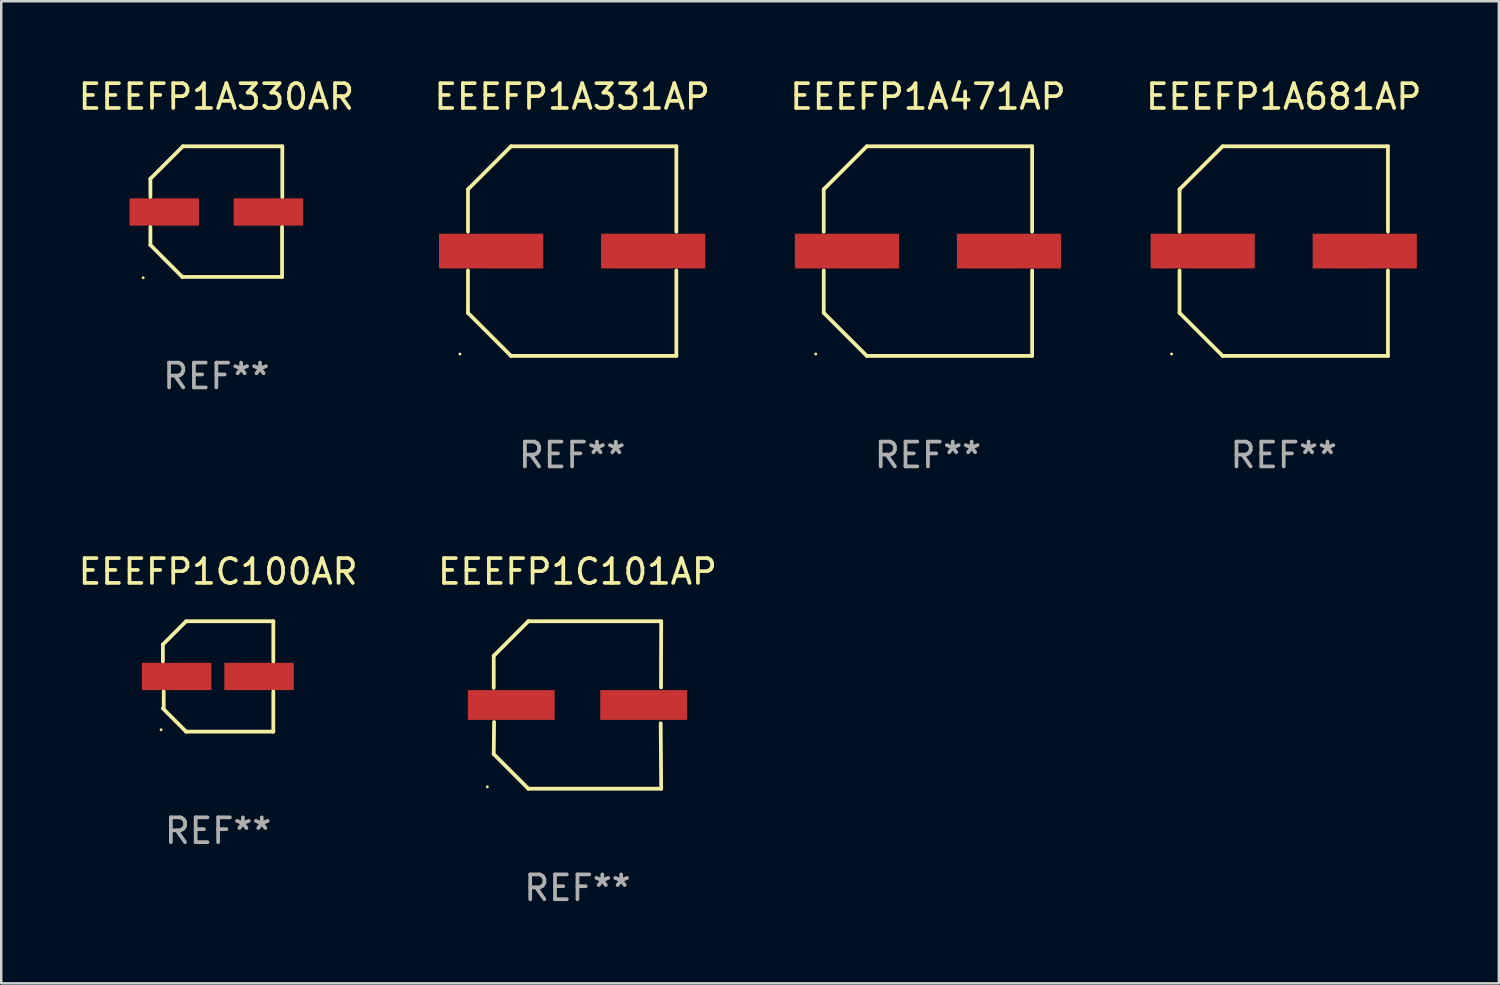
<source format=kicad_pcb>
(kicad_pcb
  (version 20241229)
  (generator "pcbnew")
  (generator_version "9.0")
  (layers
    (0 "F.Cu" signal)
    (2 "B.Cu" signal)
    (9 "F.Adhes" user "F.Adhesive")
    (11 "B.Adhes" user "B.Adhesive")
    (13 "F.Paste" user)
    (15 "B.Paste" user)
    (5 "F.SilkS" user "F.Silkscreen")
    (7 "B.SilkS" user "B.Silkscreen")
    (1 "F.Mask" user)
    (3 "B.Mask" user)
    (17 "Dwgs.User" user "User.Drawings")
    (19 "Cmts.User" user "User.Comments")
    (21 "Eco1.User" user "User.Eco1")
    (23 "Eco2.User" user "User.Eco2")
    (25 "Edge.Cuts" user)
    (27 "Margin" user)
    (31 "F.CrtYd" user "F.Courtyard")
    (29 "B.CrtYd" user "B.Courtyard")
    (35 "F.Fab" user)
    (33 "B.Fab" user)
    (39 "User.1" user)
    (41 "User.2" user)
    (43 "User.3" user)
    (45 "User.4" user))
  (footprint "EEEFP1C101AP"
    (layer "F.Cu")
    (at 20.232 25.373)
    (property "Reference" "EEEFP1C101AP" (at 0 -5.376 0) (layer "F.SilkS") (effects (font (size 1 1) (thickness 0.15))))
    (attr through_hole)
    (fp_line (start -3.376 -1.98) (end -3.376 -0.686) (stroke (width 0.152) (type solid)) (layer "F.SilkS"))
    (fp_line (start -3.376 1.981) (end -3.362 0.686) (stroke (width 0.152) (type solid)) (layer "F.SilkS"))
    (fp_line (start -1.981 3.376) (end -3.376 1.981) (stroke (width 0.152) (type solid)) (layer "F.SilkS"))
    (fp_line (start -1.98 -3.376) (end -3.376 -1.98) (stroke (width 0.152) (type solid)) (layer "F.SilkS"))
    (fp_line (start 3.356 0.74) (end 3.376 3.376) (stroke (width 0.152) (type solid)) (layer "F.SilkS"))
    (fp_line (start 3.369 -0.707) (end 3.376 -3.376) (stroke (width 0.152) (type solid)) (layer "F.SilkS"))
    (fp_line (start 3.376 3.376) (end -1.981 3.376) (stroke (width 0.152) (type solid)) (layer "F.SilkS"))
    (fp_line (start 3.376 -3.376) (end -1.98 -3.376) (stroke (width 0.152) (type solid)) (layer "F.SilkS"))
    (fp_circle (center -3.634 3.3) (end -3.604 3.3) (stroke (width 0.06) (type solid)) (fill no) (layer "F.SilkS"))
    (fp_text user "REF**" (at 0 7.376 0) (layer "F.Fab") (effects (font (size 1 1) (thickness 0.15))))
    (pad "1" smd rect (at -2.67 0.000254) (size 3.5 1.2) (layers "F.Cu" "F.Mask" "F.Paste"))
    (pad "2" smd rect (at 2.67 0.000254) (size 3.5 1.2) (layers "F.Cu" "F.Mask" "F.Paste")))
  (footprint "EEEFP1A681AP"
    (layer "F.Cu")
    (at 48.708 7.074)
    (property "Reference" "EEEFP1A681AP" (at 0 -6.226 0) (layer "F.SilkS") (effects (font (size 1 1) (thickness 0.15))))
    (attr through_hole)
    (fp_line (start -4.201 -2.49) (end -4.201 -0.782) (stroke (width 0.152) (type solid)) (layer "F.SilkS"))
    (fp_line (start -4.201 2.49) (end -4.201 0.782) (stroke (width 0.152) (type solid)) (layer "F.SilkS"))
    (fp_line (start -2.465 -4.226) (end -4.201 -2.49) (stroke (width 0.152) (type solid)) (layer "F.SilkS"))
    (fp_line (start -2.465 4.226) (end -4.201 2.49) (stroke (width 0.152) (type solid)) (layer "F.SilkS"))
    (fp_line (start 4.201 -4.226) (end -2.465 -4.226) (stroke (width 0.152) (type solid)) (layer "F.SilkS"))
    (fp_line (start 4.201 -0.782) (end 4.201 -4.226) (stroke (width 0.152) (type solid)) (layer "F.SilkS"))
    (fp_line (start 4.201 0.782) (end 4.201 4.226) (stroke (width 0.152) (type solid)) (layer "F.SilkS"))
    (fp_line (start 4.201 4.226) (end -2.465 4.226) (stroke (width 0.152) (type solid)) (layer "F.SilkS"))
    (fp_circle (center -4.524 4.15) (end -4.494 4.15) (stroke (width 0.06) (type solid)) (fill no) (layer "F.SilkS"))
    (fp_text user "REF**" (at 0 8.226 0) (layer "F.Fab") (effects (font (size 1 1) (thickness 0.15))))
    (pad "1" smd rect (at -3.267 0) (size 4.2 1.4) (layers "F.Cu" "F.Mask" "F.Paste"))
    (pad "2" smd rect (at 3.267 0) (size 4.2 1.4) (layers "F.Cu" "F.Mask" "F.Paste")))
  (footprint "EEEFP1A471AP"
    (layer "F.Cu")
    (at 34.363 7.074)
    (property "Reference" "EEEFP1A471AP" (at 0 -6.226 0) (layer "F.SilkS") (effects (font (size 1 1) (thickness 0.15))))
    (attr through_hole)
    (fp_line (start -4.201 -2.49) (end -4.201 -0.782) (stroke (width 0.152) (type solid)) (layer "F.SilkS"))
    (fp_line (start -4.201 2.49) (end -4.201 0.782) (stroke (width 0.152) (type solid)) (layer "F.SilkS"))
    (fp_line (start -2.465 -4.226) (end -4.201 -2.49) (stroke (width 0.152) (type solid)) (layer "F.SilkS"))
    (fp_line (start -2.465 4.226) (end -4.201 2.49) (stroke (width 0.152) (type solid)) (layer "F.SilkS"))
    (fp_line (start 4.201 -4.226) (end -2.465 -4.226) (stroke (width 0.152) (type solid)) (layer "F.SilkS"))
    (fp_line (start 4.201 -0.782) (end 4.201 -4.226) (stroke (width 0.152) (type solid)) (layer "F.SilkS"))
    (fp_line (start 4.201 0.782) (end 4.201 4.226) (stroke (width 0.152) (type solid)) (layer "F.SilkS"))
    (fp_line (start 4.201 4.226) (end -2.465 4.226) (stroke (width 0.152) (type solid)) (layer "F.SilkS"))
    (fp_circle (center -4.524 4.15) (end -4.494 4.15) (stroke (width 0.06) (type solid)) (fill no) (layer "F.SilkS"))
    (fp_text user "REF**" (at 0 8.226 0) (layer "F.Fab") (effects (font (size 1 1) (thickness 0.15))))
    (pad "1" smd rect (at -3.267 0) (size 4.2 1.4) (layers "F.Cu" "F.Mask" "F.Paste"))
    (pad "2" smd rect (at 3.267 0) (size 4.2 1.4) (layers "F.Cu" "F.Mask" "F.Paste")))
  (footprint "EEEFP1A331AP"
    (layer "F.Cu")
    (at 20.018 7.074)
    (property "Reference" "EEEFP1A331AP" (at 0 -6.226 0) (layer "F.SilkS") (effects (font (size 1 1) (thickness 0.15))))
    (attr through_hole)
    (fp_line (start -4.201 -2.49) (end -4.201 -0.782) (stroke (width 0.152) (type solid)) (layer "F.SilkS"))
    (fp_line (start -4.201 2.49) (end -4.201 0.782) (stroke (width 0.152) (type solid)) (layer "F.SilkS"))
    (fp_line (start -2.465 -4.226) (end -4.201 -2.49) (stroke (width 0.152) (type solid)) (layer "F.SilkS"))
    (fp_line (start -2.465 4.226) (end -4.201 2.49) (stroke (width 0.152) (type solid)) (layer "F.SilkS"))
    (fp_line (start 4.201 -4.226) (end -2.465 -4.226) (stroke (width 0.152) (type solid)) (layer "F.SilkS"))
    (fp_line (start 4.201 -0.782) (end 4.201 -4.226) (stroke (width 0.152) (type solid)) (layer "F.SilkS"))
    (fp_line (start 4.201 0.782) (end 4.201 4.226) (stroke (width 0.152) (type solid)) (layer "F.SilkS"))
    (fp_line (start 4.201 4.226) (end -2.465 4.226) (stroke (width 0.152) (type solid)) (layer "F.SilkS"))
    (fp_circle (center -4.524 4.15) (end -4.494 4.15) (stroke (width 0.06) (type solid)) (fill no) (layer "F.SilkS"))
    (fp_text user "REF**" (at 0 8.226 0) (layer "F.Fab") (effects (font (size 1 1) (thickness 0.15))))
    (pad "1" smd rect (at -3.267 0) (size 4.2 1.4) (layers "F.Cu" "F.Mask" "F.Paste"))
    (pad "2" smd rect (at 3.267 0) (size 4.2 1.4) (layers "F.Cu" "F.Mask" "F.Paste")))
  (footprint "EEEFP1C100AR"
    (layer "F.Cu")
    (at 5.744 24.223)
    (property "Reference" "EEEFP1C100AR" (at 0 -4.226 0) (layer "F.SilkS") (effects (font (size 1 1) (thickness 0.15))))
    (attr through_hole)
    (fp_line (start -2.226 -1.29) (end -2.226 -0.607) (stroke (width 0.152) (type solid)) (layer "F.SilkS"))
    (fp_line (start -2.193 1.29) (end -2.193 0.607) (stroke (width 0.152) (type solid)) (layer "F.SilkS"))
    (fp_line (start -1.29 2.226) (end -2.226 1.29) (stroke (width 0.152) (type solid)) (layer "F.SilkS"))
    (fp_line (start -1.29 -2.226) (end -2.226 -1.29) (stroke (width 0.152) (type solid)) (layer "F.SilkS"))
    (fp_line (start 2.226 -2.226) (end -1.29 -2.226) (stroke (width 0.152) (type solid)) (layer "F.SilkS"))
    (fp_line (start 2.226 -0.607) (end 2.226 -2.226) (stroke (width 0.152) (type solid)) (layer "F.SilkS"))
    (fp_line (start 2.226 0.607) (end 2.226 2.226) (stroke (width 0.152) (type solid)) (layer "F.SilkS"))
    (fp_line (start 2.226 2.226) (end -1.29 2.226) (stroke (width 0.152) (type solid)) (layer "F.SilkS"))
    (fp_circle (center -2.3 2.15) (end -2.27 2.15) (stroke (width 0.06) (type solid)) (fill no) (layer "F.SilkS"))
    (fp_text user "REF**" (at 0 6.226 0) (layer "F.Fab") (effects (font (size 1 1) (thickness 0.15))))
    (pad "1" smd rect (at -1.67 -0.000025) (size 2.8 1.1) (layers "F.Cu" "F.Mask" "F.Paste"))
    (pad "2" smd rect (at 1.651 -0.000025) (size 2.8 1.1) (layers "F.Cu" "F.Mask" "F.Paste")))
  (footprint "EEEFP1A330AR"
    (layer "F.Cu")
    (at 5.673 5.482)
    (property "Reference" "EEEFP1A330AR" (at 0 -4.634 0) (layer "F.SilkS") (effects (font (size 1 1) (thickness 0.15))))
    (attr through_hole)
    (fp_line (start -2.659 -1.326) (end -2.659 -0.592) (stroke (width 0.152) (type solid)) (layer "F.SilkS"))
    (fp_line (start -2.659 1.346) (end -2.659 0.622) (stroke (width 0.152) (type solid)) (layer "F.SilkS"))
    (fp_line (start -1.372 2.634) (end -2.659 1.346) (stroke (width 0.152) (type solid)) (layer "F.SilkS"))
    (fp_line (start -1.349 -2.634) (end -2.659 -1.326) (stroke (width 0.152) (type solid)) (layer "F.SilkS"))
    (fp_line (start 2.649 0.622) (end 2.649 2.634) (stroke (width 0.152) (type solid)) (layer "F.SilkS"))
    (fp_line (start 2.649 2.634) (end -1.372 2.634) (stroke (width 0.152) (type solid)) (layer "F.SilkS"))
    (fp_line (start 2.659 -2.634) (end -1.349 -2.634) (stroke (width 0.152) (type solid)) (layer "F.SilkS"))
    (fp_line (start 2.659 -0.592) (end 2.659 -2.634) (stroke (width 0.152) (type solid)) (layer "F.SilkS"))
    (fp_circle (center -2.95 2.665) (end -2.92 2.665) (stroke (width 0.06) (type solid)) (fill no) (layer "F.SilkS"))
    (fp_text user "REF**" (at 0 6.634 0) (layer "F.Fab") (effects (font (size 1 1) (thickness 0.15))))
    (pad "1" smd rect (at -2.1 0.015) (size 2.8 1.1) (layers "F.Cu" "F.Mask" "F.Paste"))
    (pad "2" smd rect (at 2.1 0.015) (size 2.8 1.1) (layers "F.Cu" "F.Mask" "F.Paste")))
  (gr_rect
    (start -3 -3)
    (end 57.381 36.597)
    (stroke (width 0.1) (type default))
    (fill no)
    (layer "Edge.Cuts")))
</source>
